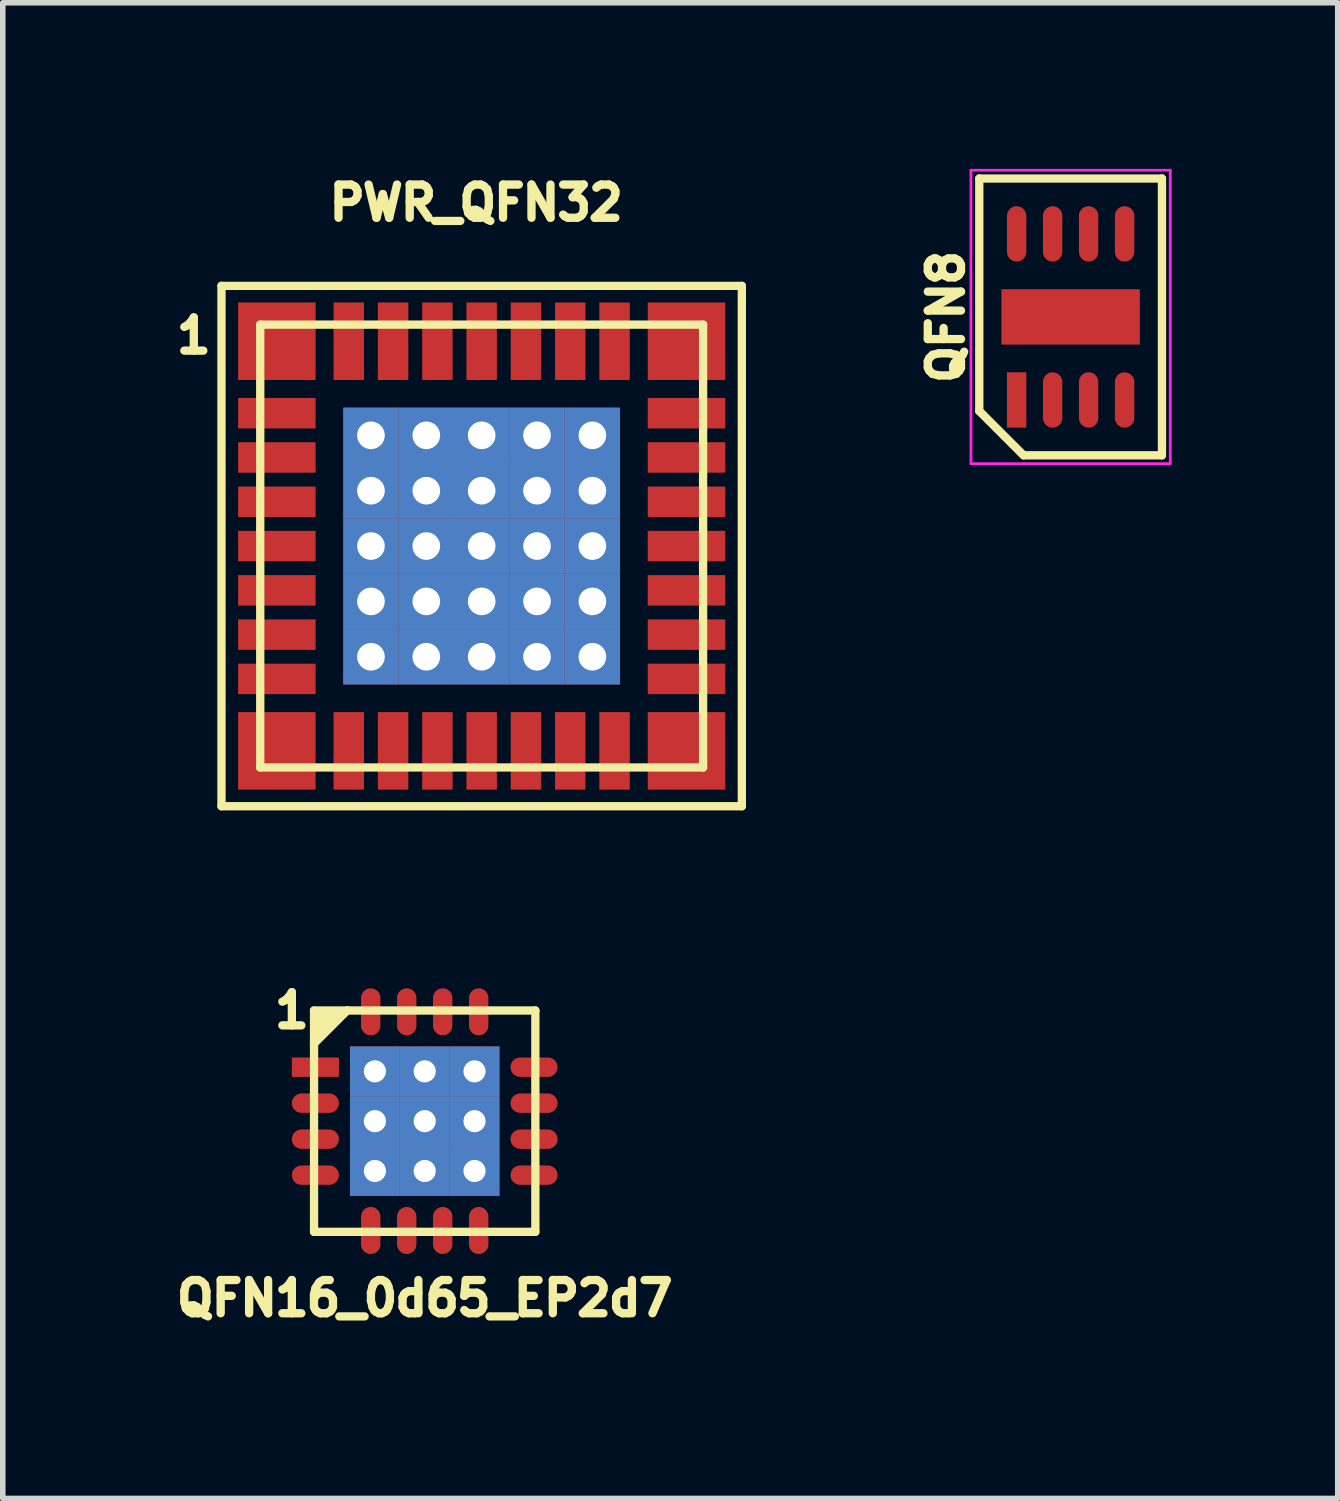
<source format=kicad_pcb>
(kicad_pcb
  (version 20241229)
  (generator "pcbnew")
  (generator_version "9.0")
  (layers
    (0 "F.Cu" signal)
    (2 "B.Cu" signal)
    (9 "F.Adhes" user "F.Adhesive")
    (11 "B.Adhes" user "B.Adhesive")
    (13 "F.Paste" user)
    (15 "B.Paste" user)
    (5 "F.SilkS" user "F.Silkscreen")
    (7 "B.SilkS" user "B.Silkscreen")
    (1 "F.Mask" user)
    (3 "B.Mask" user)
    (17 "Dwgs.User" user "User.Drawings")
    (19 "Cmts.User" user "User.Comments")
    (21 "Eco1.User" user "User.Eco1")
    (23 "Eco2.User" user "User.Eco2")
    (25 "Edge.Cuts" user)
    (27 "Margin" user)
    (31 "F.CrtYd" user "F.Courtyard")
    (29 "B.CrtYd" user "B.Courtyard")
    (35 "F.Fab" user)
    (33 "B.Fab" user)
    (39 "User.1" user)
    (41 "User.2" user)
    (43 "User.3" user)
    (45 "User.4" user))
  (footprint "PWR_QFN32"
    (layer "F.Cu")
    (at 5.651 6.814)
    (property "Reference" "PWR_QFN32" (at -0.1 -6.2 0) (layer "F.SilkS") (effects (font (size 0.6 0.6) (thickness 0.15))))
    (attr through_hole)
    (fp_line (start -4.7 -4.7) (end 4.7 -4.7) (stroke (width 0.15) (type solid)) (layer "F.SilkS"))
    (fp_line (start -4.7 4.7) (end -4.7 -4.7) (stroke (width 0.15) (type solid)) (layer "F.SilkS"))
    (fp_line (start -4 -4) (end 4 -4) (stroke (width 0.15) (type solid)) (layer "F.SilkS"))
    (fp_line (start -4 4) (end -4 -4) (stroke (width 0.15) (type solid)) (layer "F.SilkS"))
    (fp_line (start 4 -4) (end 4 4) (stroke (width 0.15) (type solid)) (layer "F.SilkS"))
    (fp_line (start 4 4) (end -4 4) (stroke (width 0.15) (type solid)) (layer "F.SilkS"))
    (fp_line (start 4.7 -4.7) (end 4.7 4.7) (stroke (width 0.15) (type solid)) (layer "F.SilkS"))
    (fp_line (start 4.7 4.7) (end -4.7 4.7) (stroke (width 0.15) (type solid)) (layer "F.SilkS"))
    (fp_text user "1" (at -5.2 -3.8 0) (layer "F.SilkS") (effects (font (size 0.6 0.6) (thickness 0.15))))
    (pad "1" smd rect (at -3.7 -3.7 90) (size 1.4 1.4) (layers "F.Cu" "F.Mask" "F.Paste"))
    (pad "2" smd rect (at -3.7 -2.4) (size 1.4 0.55) (layers "F.Cu" "F.Mask" "F.Paste"))
    (pad "3" smd rect (at -3.7 -1.6) (size 1.4 0.55) (layers "F.Cu" "F.Mask" "F.Paste"))
    (pad "4" smd rect (at -3.7 -0.8) (size 1.4 0.55) (layers "F.Cu" "F.Mask" "F.Paste"))
    (pad "5" smd rect (at -3.7 0) (size 1.4 0.55) (layers "F.Cu" "F.Mask" "F.Paste"))
    (pad "6" smd rect (at -3.7 0.8) (size 1.4 0.55) (layers "F.Cu" "F.Mask" "F.Paste"))
    (pad "7" smd rect (at -3.7 1.6) (size 1.4 0.55) (layers "F.Cu" "F.Mask" "F.Paste"))
    (pad "8" smd rect (at -3.7 2.4) (size 1.4 0.55) (layers "F.Cu" "F.Mask" "F.Paste"))
    (pad "9" smd rect (at -3.7 3.7 90) (size 1.4 1.4) (layers "F.Cu" "F.Mask" "F.Paste"))
    (pad "10" smd rect (at -2.4 3.7 90) (size 1.4 0.55) (layers "F.Cu" "F.Mask" "F.Paste"))
    (pad "11" smd rect (at -1.6 3.7 90) (size 1.4 0.55) (layers "F.Cu" "F.Mask" "F.Paste"))
    (pad "12" smd rect (at -0.8 3.7 90) (size 1.4 0.55) (layers "F.Cu" "F.Mask" "F.Paste"))
    (pad "13" smd rect (at 0 3.7 90) (size 1.4 0.55) (layers "F.Cu" "F.Mask" "F.Paste"))
    (pad "14" smd rect (at 0.8 3.7 90) (size 1.4 0.55) (layers "F.Cu" "F.Mask" "F.Paste"))
    (pad "15" smd rect (at 1.6 3.7 90) (size 1.4 0.55) (layers "F.Cu" "F.Mask" "F.Paste"))
    (pad "16" smd rect (at 2.4 3.7 90) (size 1.4 0.55) (layers "F.Cu" "F.Mask" "F.Paste"))
    (pad "17" smd rect (at 3.7 3.7 90) (size 1.4 1.4) (layers "F.Cu" "F.Mask" "F.Paste"))
    (pad "18" smd rect (at 3.7 2.4) (size 1.4 0.55) (layers "F.Cu" "F.Mask" "F.Paste"))
    (pad "19" smd rect (at 3.7 1.6) (size 1.4 0.55) (layers "F.Cu" "F.Mask" "F.Paste"))
    (pad "20" smd rect (at 3.7 0.8) (size 1.4 0.55) (layers "F.Cu" "F.Mask" "F.Paste"))
    (pad "21" smd rect (at 3.7 0) (size 1.4 0.55) (layers "F.Cu" "F.Mask" "F.Paste"))
    (pad "22" smd rect (at 3.7 -0.8) (size 1.4 0.55) (layers "F.Cu" "F.Mask" "F.Paste"))
    (pad "23" smd rect (at 3.7 -1.6) (size 1.4 0.55) (layers "F.Cu" "F.Mask" "F.Paste"))
    (pad "24" smd rect (at 3.7 -2.4) (size 1.4 0.55) (layers "F.Cu" "F.Mask" "F.Paste"))
    (pad "25" smd rect (at 3.7 -3.7 90) (size 1.4 1.4) (layers "F.Cu" "F.Mask" "F.Paste"))
    (pad "26" smd rect (at 2.4 -3.7 90) (size 1.4 0.55) (layers "F.Cu" "F.Mask" "F.Paste"))
    (pad "27" smd rect (at 1.6 -3.7 90) (size 1.4 0.55) (layers "F.Cu" "F.Mask" "F.Paste"))
    (pad "28" smd rect (at 0.8 -3.7 90) (size 1.4 0.55) (layers "F.Cu" "F.Mask" "F.Paste"))
    (pad "29" smd rect (at 0 -3.7 90) (size 1.4 0.55) (layers "F.Cu" "F.Mask" "F.Paste"))
    (pad "30" smd rect (at -0.8 -3.7 90) (size 1.4 0.55) (layers "F.Cu" "F.Mask" "F.Paste"))
    (pad "31" smd rect (at -1.6 -3.7 90) (size 1.4 0.55) (layers "F.Cu" "F.Mask" "F.Paste"))
    (pad "32" smd rect (at -2.4 -3.7 90) (size 1.4 0.55) (layers "F.Cu" "F.Mask" "F.Paste"))
    (pad "PAD" thru_hole rect (at -2 -2) (size 1 1) (drill 0.5) (layers "*.Cu" "F.Mask"))
    (pad "PAD" thru_hole rect (at -2 -1) (size 1 1) (drill 0.5) (layers "*.Cu" "F.Mask"))
    (pad "PAD" thru_hole rect (at -2 0) (size 1 1) (drill 0.5) (layers "*.Cu" "F.Mask"))
    (pad "PAD" thru_hole rect (at -2 1) (size 1 1) (drill 0.5) (layers "*.Cu" "F.Mask"))
    (pad "PAD" thru_hole rect (at -2 2) (size 1 1) (drill 0.5) (layers "*.Cu" "F.Mask"))
    (pad "PAD" thru_hole rect (at -1 -2) (size 1 1) (drill 0.5) (layers "*.Cu" "F.Mask"))
    (pad "PAD" thru_hole rect (at -1 -1) (size 1 1) (drill 0.5) (layers "*.Cu" "F.Mask"))
    (pad "PAD" thru_hole rect (at -1 0) (size 1 1) (drill 0.5) (layers "*.Cu" "F.Mask"))
    (pad "PAD" thru_hole rect (at -1 1) (size 1 1) (drill 0.5) (layers "*.Cu" "F.Mask"))
    (pad "PAD" thru_hole rect (at -1 2) (size 1 1) (drill 0.5) (layers "*.Cu" "F.Mask"))
    (pad "PAD" thru_hole rect (at 0 -2) (size 1 1) (drill 0.5) (layers "*.Cu" "F.Mask"))
    (pad "PAD" thru_hole rect (at 0 -1) (size 1 1) (drill 0.5) (layers "*.Cu" "F.Mask"))
    (pad "PAD" thru_hole rect (at 0 0) (size 1 1) (drill 0.5) (layers "*.Cu" "F.Mask"))
    (pad "PAD" thru_hole rect (at 0 1) (size 1 1) (drill 0.5) (layers "*.Cu" "F.Mask"))
    (pad "PAD" thru_hole rect (at 0 2) (size 1 1) (drill 0.5) (layers "*.Cu" "F.Mask"))
    (pad "PAD" thru_hole rect (at 1 -2) (size 1 1) (drill 0.5) (layers "*.Cu" "F.Mask"))
    (pad "PAD" thru_hole rect (at 1 -1) (size 1 1) (drill 0.5) (layers "*.Cu" "F.Mask"))
    (pad "PAD" thru_hole rect (at 1 0) (size 1 1) (drill 0.5) (layers "*.Cu" "F.Mask"))
    (pad "PAD" thru_hole rect (at 1 1) (size 1 1) (drill 0.5) (layers "*.Cu" "F.Mask"))
    (pad "PAD" thru_hole rect (at 1 2) (size 1 1) (drill 0.5) (layers "*.Cu" "F.Mask"))
    (pad "PAD" thru_hole rect (at 2 -2) (size 1 1) (drill 0.5) (layers "*.Cu" "F.Mask"))
    (pad "PAD" thru_hole rect (at 2 -1) (size 1 1) (drill 0.5) (layers "*.Cu" "F.Mask"))
    (pad "PAD" thru_hole rect (at 2 0) (size 1 1) (drill 0.5) (layers "*.Cu" "F.Mask"))
    (pad "PAD" thru_hole rect (at 2 1) (size 1 1) (drill 0.5) (layers "*.Cu" "F.Mask"))
    (pad "PAD" thru_hole rect (at 2 2) (size 1 1) (drill 0.5) (layers "*.Cu" "F.Mask")))
  (footprint "QFN8"
    (layer "F.Cu")
    (at 16.29 2.675)
    (property "Reference" "QFN8" (at -2.25 0 90) (layer "F.SilkS") (effects (font (size 0.6 0.6) (thickness 0.15))))
    (attr smd)
    (fp_line (start -1.65 -2.5) (end 1.65 -2.5) (stroke (width 0.15) (type solid)) (layer "F.SilkS"))
    (fp_line (start -1.65 1.7) (end -1.65 -2.5) (stroke (width 0.15) (type solid)) (layer "F.SilkS"))
    (fp_line (start -0.85 2.5) (end -1.65 1.7) (stroke (width 0.15) (type solid)) (layer "F.SilkS"))
    (fp_line (start 1.65 -2.5) (end 1.65 2.5) (stroke (width 0.15) (type solid)) (layer "F.SilkS"))
    (fp_line (start 1.65 2.5) (end -0.85 2.5) (stroke (width 0.15) (type solid)) (layer "F.SilkS"))
    (fp_line (start -1.8 -2.65) (end 1.8 -2.65) (stroke (width 0.05) (type solid)) (layer "F.CrtYd"))
    (fp_line (start -1.8 2.65) (end -1.8 -2.65) (stroke (width 0.05) (type solid)) (layer "F.CrtYd"))
    (fp_line (start 1.8 -2.65) (end 1.8 2.65) (stroke (width 0.05) (type solid)) (layer "F.CrtYd"))
    (fp_line (start 1.8 2.65) (end -1.8 2.65) (stroke (width 0.05) (type solid)) (layer "F.CrtYd"))
    (pad "1" smd rect (at -0.975 1.5) (size 0.35 1) (layers "F.Cu" "F.Mask" "F.Paste"))
    (pad "2" smd oval (at -0.325 1.5) (size 0.35 1) (layers "F.Cu" "F.Mask" "F.Paste"))
    (pad "3" smd oval (at 0.325 1.5) (size 0.35 1) (layers "F.Cu" "F.Mask" "F.Paste"))
    (pad "4" smd oval (at 0.975 1.5) (size 0.35 1) (layers "F.Cu" "F.Mask" "F.Paste"))
    (pad "5" smd oval (at 0.975 -1.5) (size 0.35 1) (layers "F.Cu" "F.Mask" "F.Paste"))
    (pad "6" smd oval (at 0.325 -1.5) (size 0.35 1) (layers "F.Cu" "F.Mask" "F.Paste"))
    (pad "7" smd oval (at -0.325 -1.5) (size 0.35 1) (layers "F.Cu" "F.Mask" "F.Paste"))
    (pad "8" smd oval (at -0.975 -1.5) (size 0.35 1) (layers "F.Cu" "F.Mask" "F.Paste"))
    (pad "PAD" smd rect (at 0 0) (size 2.5 1) (layers "F.Cu" "F.Mask" "F.Paste")))
  (footprint "QFN16_0d65_EP2d7"
    (layer "F.Cu")
    (at 4.622 17.203)
    (property "Reference" "QFN16_0d65_EP2d7" (at 0 3.2 0) (layer "F.SilkS") (effects (font (size 0.6 0.6) (thickness 0.15))))
    (attr through_hole)
    (fp_line (start -2 -1.4) (end -1.4 -2) (stroke (width 0.15) (type solid)) (layer "F.SilkS"))
    (fp_line (start -1.999 -1.999) (end 1.999 -1.999) (stroke (width 0.15) (type solid)) (layer "F.SilkS"))
    (fp_line (start -1.999 0) (end -1.999 -1.999) (stroke (width 0.15) (type solid)) (layer "F.SilkS"))
    (fp_line (start -1.999 1.999) (end -1.999 0) (stroke (width 0.15) (type solid)) (layer "F.SilkS"))
    (fp_line (start -1.9 -1.9) (end -1.6 -1.9) (stroke (width 0.15) (type solid)) (layer "F.SilkS"))
    (fp_line (start -1.9 -1.6) (end -1.9 -1.9) (stroke (width 0.15) (type solid)) (layer "F.SilkS"))
    (fp_line (start -1.6 -1.9) (end -1.9 -1.8) (stroke (width 0.15) (type solid)) (layer "F.SilkS"))
    (fp_line (start -1.4 -2) (end -1.9 -1.6) (stroke (width 0.15) (type solid)) (layer "F.SilkS"))
    (fp_line (start 1.999 -1.999) (end 1.999 1.999) (stroke (width 0.15) (type solid)) (layer "F.SilkS"))
    (fp_line (start 1.999 1.999) (end -1.999 1.999) (stroke (width 0.15) (type solid)) (layer "F.SilkS"))
    (fp_text user "1" (at -2.4 -2 0) (layer "F.SilkS") (effects (font (size 0.6 0.6) (thickness 0.15))))
    (pad "1" smd rect (at -1.975 -0.975) (size 0.85 0.35) (layers "F.Cu" "F.Mask" "F.Paste"))
    (pad "2" smd oval (at -1.975 -0.325) (size 0.85 0.35) (layers "F.Cu" "F.Mask" "F.Paste"))
    (pad "3" smd oval (at -1.975 0.325) (size 0.85 0.35) (layers "F.Cu" "F.Mask" "F.Paste"))
    (pad "4" smd oval (at -1.975 0.975) (size 0.85 0.35) (layers "F.Cu" "F.Mask" "F.Paste"))
    (pad "5" smd oval (at -0.975 1.975 90) (size 0.85 0.35) (layers "F.Cu" "F.Mask" "F.Paste"))
    (pad "6" smd oval (at -0.325 1.975 90) (size 0.85 0.35) (layers "F.Cu" "F.Mask" "F.Paste"))
    (pad "7" smd oval (at 0.325 1.975 90) (size 0.85 0.35) (layers "F.Cu" "F.Mask" "F.Paste"))
    (pad "8" smd oval (at 0.975 1.975 90) (size 0.85 0.35) (layers "F.Cu" "F.Mask" "F.Paste"))
    (pad "9" smd oval (at 1.975 0.975) (size 0.85 0.35) (layers "F.Cu" "F.Mask" "F.Paste"))
    (pad "10" smd oval (at 1.975 0.325) (size 0.85 0.35) (layers "F.Cu" "F.Mask" "F.Paste"))
    (pad "11" smd oval (at 1.975 -0.325) (size 0.85 0.35) (layers "F.Cu" "F.Mask" "F.Paste"))
    (pad "12" smd oval (at 1.975 -0.975) (size 0.85 0.35) (layers "F.Cu" "F.Mask" "F.Paste"))
    (pad "13" smd oval (at 0.975 -1.975 90) (size 0.85 0.35) (layers "F.Cu" "F.Mask" "F.Paste"))
    (pad "14" smd oval (at 0.325 -1.975 90) (size 0.85 0.35) (layers "F.Cu" "F.Mask" "F.Paste"))
    (pad "15" smd oval (at -0.325 -1.975 90) (size 0.85 0.35) (layers "F.Cu" "F.Mask" "F.Paste"))
    (pad "16" smd oval (at -0.975 -1.975 90) (size 0.85 0.35) (layers "F.Cu" "F.Mask" "F.Paste"))
    (pad "PAD" thru_hole rect (at -0.9 -0.9) (size 0.9 0.9) (drill 0.4) (layers "*.Cu" "*.Mask"))
    (pad "PAD" thru_hole rect (at -0.9 0) (size 0.9 0.9) (drill 0.4) (layers "*.Cu" "*.Mask"))
    (pad "PAD" thru_hole rect (at -0.9 0.9) (size 0.9 0.9) (drill 0.4) (layers "*.Cu" "*.Mask"))
    (pad "PAD" thru_hole rect (at 0 -0.9) (size 0.9 0.9) (drill 0.4) (layers "*.Cu" "*.Mask"))
    (pad "PAD" thru_hole rect (at 0 0) (size 0.9 0.9) (drill 0.4) (layers "*.Cu" "*.Mask"))
    (pad "PAD" thru_hole rect (at 0 0.9) (size 0.9 0.9) (drill 0.4) (layers "*.Cu" "*.Mask"))
    (pad "PAD" thru_hole rect (at 0.9 -0.9) (size 0.9 0.9) (drill 0.4) (layers "*.Cu" "*.Mask"))
    (pad "PAD" thru_hole rect (at 0.9 0) (size 0.9 0.9) (drill 0.4) (layers "*.Cu" "*.Mask"))
    (pad "PAD" thru_hole rect (at 0.9 0.9) (size 0.9 0.9) (drill 0.4) (layers "*.Cu" "*.Mask")))
  (gr_rect
    (start -3 -3)
    (end 21.115 24.018)
    (stroke (width 0.1) (type default))
    (fill no)
    (layer "Edge.Cuts")))
</source>
